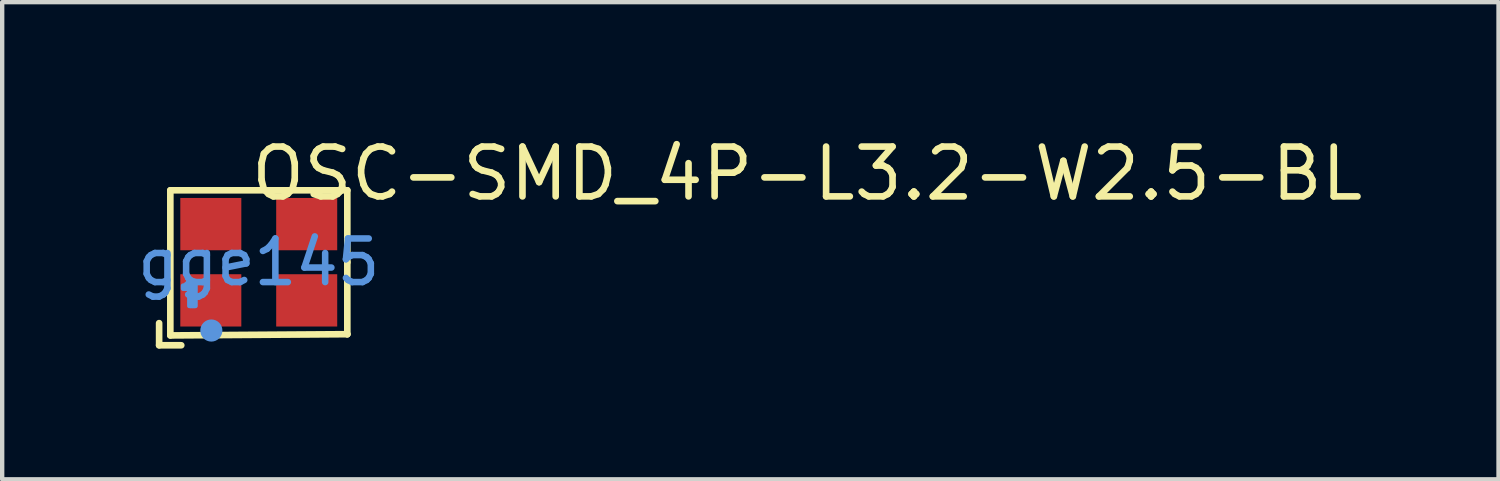
<source format=kicad_pcb>
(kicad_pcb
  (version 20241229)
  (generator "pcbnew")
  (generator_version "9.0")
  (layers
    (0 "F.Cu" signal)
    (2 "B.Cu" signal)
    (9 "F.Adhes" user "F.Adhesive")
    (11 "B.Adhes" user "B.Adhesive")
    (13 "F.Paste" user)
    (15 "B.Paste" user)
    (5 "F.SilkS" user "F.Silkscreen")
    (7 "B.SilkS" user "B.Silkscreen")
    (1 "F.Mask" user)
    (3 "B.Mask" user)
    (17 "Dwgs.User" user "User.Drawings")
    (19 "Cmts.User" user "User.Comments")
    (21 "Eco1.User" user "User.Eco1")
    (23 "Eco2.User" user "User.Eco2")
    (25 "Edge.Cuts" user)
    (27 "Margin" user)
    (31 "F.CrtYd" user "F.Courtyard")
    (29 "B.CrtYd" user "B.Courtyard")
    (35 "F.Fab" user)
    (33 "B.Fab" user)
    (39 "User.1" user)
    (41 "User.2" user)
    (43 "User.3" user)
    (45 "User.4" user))
  (footprint "OSC-SMD_4P-L3.2-W2.5-BL"
    (layer "F.Cu")
    (at 2.887 2.967)
    (property "Reference" "OSC-SMD_4P-L3.2-W2.5-BL" (at -0.254 -2.032 0) (layer "F.SilkS") (effects (font (size 1.143 1.143) (thickness 0.152)) (justify left)))
    (attr smd)
    (fp_line (start -2.286 1.397) (end -2.286 1.905) (stroke (width 0.152) (type solid)) (layer "F.SilkS"))
    (fp_line (start -2.286 1.905) (end -1.778 1.905) (stroke (width 0.152) (type solid)) (layer "F.SilkS"))
    (fp_line (start -2.029 -1.651) (end 2.032 -1.651) (stroke (width 0.152) (type solid)) (layer "F.SilkS"))
    (fp_line (start -2.029 1.679) (end -2.029 -1.651) (stroke (width 0.152) (type solid)) (layer "F.SilkS"))
    (fp_line (start 2.032 -1.651) (end 2.032 0) (stroke (width 0.152) (type solid)) (layer "F.SilkS"))
    (fp_line (start 2.032 0) (end 2.032 1.651) (stroke (width 0.152) (type solid)) (layer "F.SilkS"))
    (fp_line (start 2.032 1.651) (end -2.029 1.679) (stroke (width 0.152) (type solid)) (layer "F.SilkS"))
    (fp_line (start 2.032 1.651) (end 2.032 1.651) (stroke (width 0.152) (type solid)) (layer "F.SilkS"))
    (fp_circle (center -1.088 1.567) (end -0.961 1.567) (stroke (width 0.254) (type solid)) (fill no) (layer "Cmts.User"))
    (fp_poly (pts (xy -1.738 0.536) (xy -1.702 0.536) (xy -1.702 0.608) (xy -1.738 0.608)) (stroke (width 0.1) (type solid)) (fill no) (layer "Cmts.User"))
    (fp_poly (pts (xy -1.702 0.536) (xy -1.666 0.536) (xy -1.666 0.608) (xy -1.702 0.608)) (stroke (width 0.1) (type solid)) (fill no) (layer "Cmts.User"))
    (fp_poly (pts (xy -1.666 0.5) (xy -1.63 0.5) (xy -1.63 0.608) (xy -1.666 0.608)) (stroke (width 0.1) (type solid)) (fill no) (layer "Cmts.User"))
    (fp_poly (pts (xy -1.63 0.464) (xy -1.594 0.464) (xy -1.594 0.572) (xy -1.63 0.572)) (stroke (width 0.1) (type solid)) (fill no) (layer "Cmts.User"))
    (fp_poly (pts (xy -1.594 0.464) (xy -1.558 0.464) (xy -1.558 1.004) (xy -1.594 1.004)) (stroke (width 0.1) (type solid)) (fill no) (layer "Cmts.User"))
    (fp_poly (pts (xy -1.558 0.428) (xy -1.522 0.428) (xy -1.522 1.004) (xy -1.558 1.004)) (stroke (width 0.1) (type solid)) (fill no) (layer "Cmts.User"))
    (fp_poly (pts (xy -1.522 0.428) (xy -1.486 0.428) (xy -1.486 1.004) (xy -1.522 1.004)) (stroke (width 0.1) (type solid)) (fill no) (layer "Cmts.User"))
    (fp_poly (pts (xy -1.486 0.428) (xy -1.45 0.428) (xy -1.45 1.004) (xy -1.486 1.004)) (stroke (width 0.1) (type solid)) (fill no) (layer "Cmts.User"))
    (fp_text user "gge145" (at 0 0 0) (layer "Cmts.User") (effects (font (size 1 1) (thickness 0.15))))
    (pad "1" smd rect (at -1.1 0.875) (size 1.4 1.2) (layers "F.Cu" "F.Mask" "F.Paste"))
    (pad "2" smd rect (at 1.1 0.875) (size 1.4 1.2) (layers "F.Cu" "F.Mask" "F.Paste"))
    (pad "3" smd rect (at 1.1 -0.875) (size 1.4 1.2) (layers "F.Cu" "F.Mask" "F.Paste"))
    (pad "4" smd rect (at -1.1 -0.875) (size 1.4 1.2) (layers "F.Cu" "F.Mask" "F.Paste")))
  (gr_rect
    (start -3 -3)
    (end 31.333 7.948)
    (stroke (width 0.1) (type default))
    (fill no)
    (layer "Edge.Cuts")))
</source>
